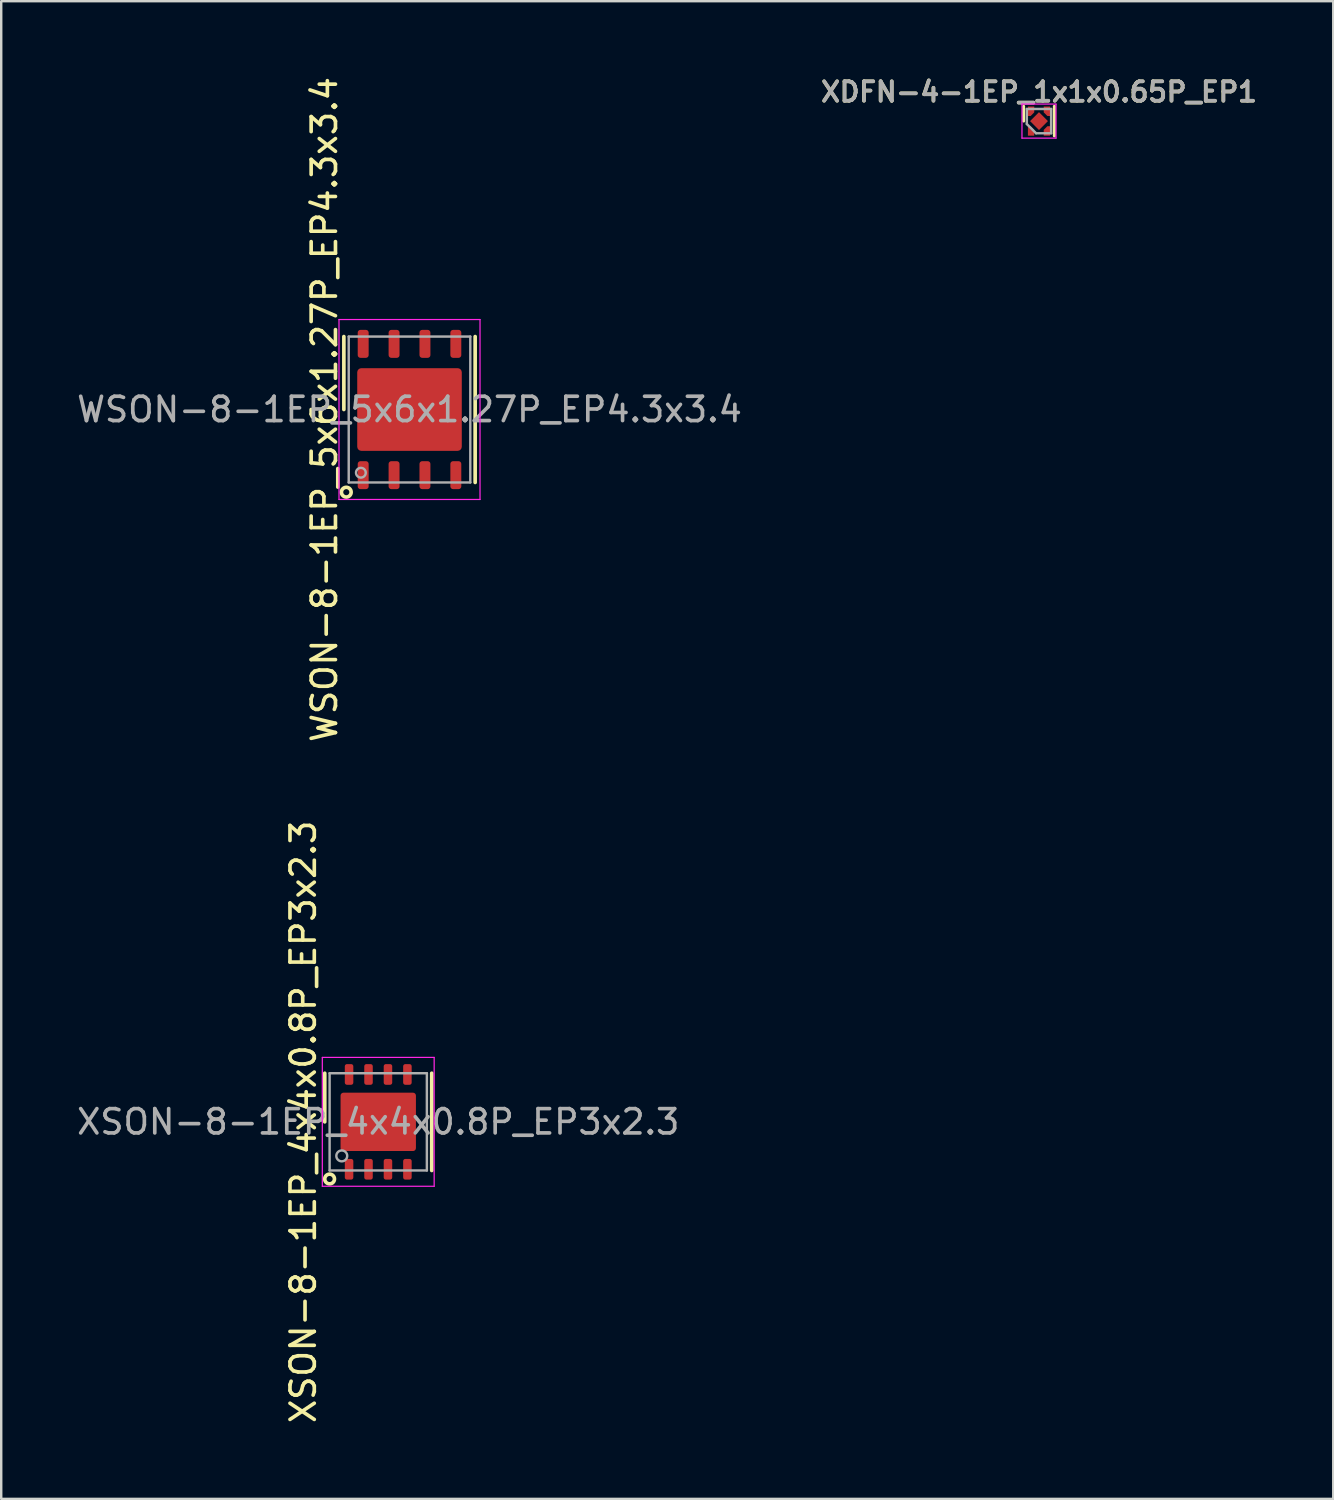
<source format=kicad_pcb>
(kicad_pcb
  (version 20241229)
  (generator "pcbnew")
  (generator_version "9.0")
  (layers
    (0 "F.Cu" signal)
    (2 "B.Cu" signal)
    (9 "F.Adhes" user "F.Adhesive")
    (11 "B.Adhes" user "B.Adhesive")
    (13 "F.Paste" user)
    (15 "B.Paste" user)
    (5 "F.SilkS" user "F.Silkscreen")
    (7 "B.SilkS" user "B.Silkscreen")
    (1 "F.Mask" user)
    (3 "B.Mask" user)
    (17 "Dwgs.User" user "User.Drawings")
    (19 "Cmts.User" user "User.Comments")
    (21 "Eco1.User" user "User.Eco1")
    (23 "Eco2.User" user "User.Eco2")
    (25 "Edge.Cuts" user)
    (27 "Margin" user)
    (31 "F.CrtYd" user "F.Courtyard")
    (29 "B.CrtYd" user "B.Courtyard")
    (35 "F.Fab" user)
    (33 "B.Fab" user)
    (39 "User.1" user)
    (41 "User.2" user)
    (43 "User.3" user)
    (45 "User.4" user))
  (footprint "XSON-8-1EP_4x4x0.8P_EP3x2.3"
    (layer "F.Cu")
    (at 12.506 43.089)
    (property "Reference" "XSON-8-1EP_4x4x0.8P_EP3x2.3" (at -2.5 0 90) (layer "F.SilkS") (effects (font (size 1 1) (thickness 0.15)) (justify bottom)))
    (attr smd)
    (fp_line (start -2.2 -2) (end -2.2 0) (stroke (width 0.15) (type solid)) (layer "F.SilkS"))
    (fp_line (start 2.2 -2) (end 2.2 2) (stroke (width 0.15) (type solid)) (layer "F.SilkS"))
    (fp_circle (center -2 2.35) (end -1.8 2.35) (stroke (width 0.15) (type solid)) (fill no) (layer "F.SilkS"))
    (fp_poly (pts (xy -0.3 -0.2) (xy -0.3 -0.8) (xy -1.3 -0.8) (xy -1.3 -0.2)) (stroke (width 0) (type solid)) (fill yes) (layer "F.Paste"))
    (fp_poly (pts (xy -0.3 0.8) (xy -0.3 0.2) (xy -1.3 0.2) (xy -1.3 0.8)) (stroke (width 0) (type solid)) (fill yes) (layer "F.Paste"))
    (fp_poly (pts (xy 1.3 -0.2) (xy 1.3 -0.8) (xy 0.3 -0.8) (xy 0.3 -0.2)) (stroke (width 0) (type solid)) (fill yes) (layer "F.Paste"))
    (fp_poly (pts (xy 1.3 0.8) (xy 1.3 0.2) (xy 0.3 0.2) (xy 0.3 0.8)) (stroke (width 0) (type solid)) (fill yes) (layer "F.Paste"))
    (fp_line (start -2.3 -2.65) (end -2.3 2.65) (stroke (width 0.05) (type solid)) (layer "F.CrtYd"))
    (fp_line (start -2.3 2.65) (end 2.3 2.65) (stroke (width 0.05) (type solid)) (layer "F.CrtYd"))
    (fp_line (start 2.3 -2.65) (end -2.3 -2.65) (stroke (width 0.05) (type solid)) (layer "F.CrtYd"))
    (fp_line (start 2.3 2.65) (end 2.3 -2.65) (stroke (width 0.05) (type solid)) (layer "F.CrtYd"))
    (fp_line (start -2 -2) (end 2 -2) (stroke (width 0.1) (type solid)) (layer "F.Fab"))
    (fp_line (start -2 2) (end -2 -2) (stroke (width 0.1) (type solid)) (layer "F.Fab"))
    (fp_line (start 2 -2) (end 2 2) (stroke (width 0.1) (type solid)) (layer "F.Fab"))
    (fp_line (start 2 2) (end -2 2) (stroke (width 0.1) (type solid)) (layer "F.Fab"))
    (fp_circle (center -1.5 1.4) (end -1.4 1.2) (stroke (width 0.1) (type solid)) (fill no) (layer "F.Fab"))
    (fp_text user "${REFERENCE}" (at 0 0 0) (layer "F.Fab") (effects (font (size 1 1) (thickness 0.15))))
    (pad "1" smd roundrect (at -1.2 1.95) (size 0.35 0.85) (layers "F.Cu" "F.Mask" "F.Paste") (roundrect_rratio 0.25))
    (pad "2" smd roundrect (at -0.4 1.95) (size 0.35 0.85) (layers "F.Cu" "F.Mask" "F.Paste") (roundrect_rratio 0.25))
    (pad "3" smd roundrect (at 0.4 1.95) (size 0.35 0.85) (layers "F.Cu" "F.Mask" "F.Paste") (roundrect_rratio 0.25))
    (pad "4" smd roundrect (at 1.2 1.95) (size 0.35 0.85) (layers "F.Cu" "F.Mask" "F.Paste") (roundrect_rratio 0.25))
    (pad "5" smd roundrect (at 1.2 -1.95) (size 0.35 0.85) (layers "F.Cu" "F.Mask" "F.Paste") (roundrect_rratio 0.25))
    (pad "6" smd roundrect (at 0.4 -1.95) (size 0.35 0.85) (layers "F.Cu" "F.Mask" "F.Paste") (roundrect_rratio 0.25))
    (pad "7" smd roundrect (at -0.4 -1.95) (size 0.35 0.85) (layers "F.Cu" "F.Mask" "F.Paste") (roundrect_rratio 0.25))
    (pad "8" smd roundrect (at -1.2 -1.95) (size 0.35 0.85) (layers "F.Cu" "F.Mask" "F.Paste") (roundrect_rratio 0.25))
    (pad "9" smd roundrect (at 0 0 90) (size 2.4 3.1) (layers "F.Cu" "F.Mask") (roundrect_rratio 0.05)))
  (footprint "WSON-8-1EP_5x6x1.27P_EP4.3x3.4"
    (layer "F.Cu")
    (at 13.792 13.792)
    (property "Reference" "WSON-8-1EP_5x6x1.27P_EP4.3x3.4" (at -3.5 0 270) (layer "F.SilkS") (effects (font (size 1 1) (thickness 0.15))))
    (attr smd)
    (fp_line (start -2.7 -3) (end -2.7 0) (stroke (width 0.15) (type solid)) (layer "F.SilkS"))
    (fp_line (start 2.7 -3) (end 2.7 3) (stroke (width 0.15) (type solid)) (layer "F.SilkS"))
    (fp_circle (center -2.6 3.4) (end -2.6 3.2) (stroke (width 0.15) (type solid)) (fill no) (layer "F.SilkS"))
    (fp_poly (pts (xy -0.3 -0.3) (xy -1.7 -0.3) (xy -1.7 -1.3) (xy -0.3 -1.3)) (stroke (width 0.1) (type solid)) (fill yes) (layer "F.Paste"))
    (fp_poly (pts (xy -0.3 1.3) (xy -1.7 1.3) (xy -1.7 0.3) (xy -0.3 0.3)) (stroke (width 0.1) (type solid)) (fill yes) (layer "F.Paste"))
    (fp_poly (pts (xy 1.7 -0.3) (xy 0.3 -0.3) (xy 0.3 -1.3) (xy 1.7 -1.3)) (stroke (width 0.1) (type solid)) (fill yes) (layer "F.Paste"))
    (fp_poly (pts (xy 1.7 1.3) (xy 0.3 1.3) (xy 0.3 0.3) (xy 1.7 0.3)) (stroke (width 0.1) (type solid)) (fill yes) (layer "F.Paste"))
    (fp_line (start -2.9 -3.7) (end 2.9 -3.7) (stroke (width 0.05) (type solid)) (layer "F.CrtYd"))
    (fp_line (start -2.9 3.7) (end -2.9 -3.7) (stroke (width 0.05) (type solid)) (layer "F.CrtYd"))
    (fp_line (start 2.9 -3.7) (end 2.9 3.7) (stroke (width 0.05) (type solid)) (layer "F.CrtYd"))
    (fp_line (start 2.9 3.7) (end -2.9 3.7) (stroke (width 0.05) (type solid)) (layer "F.CrtYd"))
    (fp_line (start -2.5 -3) (end 2.5 -3) (stroke (width 0.1) (type solid)) (layer "F.Fab"))
    (fp_line (start -2.5 3) (end -2.5 -3) (stroke (width 0.1) (type solid)) (layer "F.Fab"))
    (fp_line (start 2.5 -3) (end 2.5 3) (stroke (width 0.1) (type solid)) (layer "F.Fab"))
    (fp_line (start 2.5 3) (end -2.5 3) (stroke (width 0.1) (type solid)) (layer "F.Fab"))
    (fp_circle (center -2 2.6) (end -2 2.4) (stroke (width 0.1) (type solid)) (fill no) (layer "F.Fab"))
    (fp_text user "${REFERENCE}" (at 0 0 180) (layer "F.Fab") (effects (font (size 1 1) (thickness 0.15))))
    (pad "1" smd roundrect (at -1.905 2.7 90) (size 1.15 0.45) (layers "F.Cu" "F.Mask" "F.Paste") (roundrect_rratio 0.25))
    (pad "2" smd roundrect (at -0.635 2.7 90) (size 1.15 0.45) (layers "F.Cu" "F.Mask" "F.Paste") (roundrect_rratio 0.25))
    (pad "3" smd roundrect (at 0.635 2.7 90) (size 1.15 0.45) (layers "F.Cu" "F.Mask" "F.Paste") (roundrect_rratio 0.25))
    (pad "4" smd roundrect (at 1.905 2.7 90) (size 1.15 0.45) (layers "F.Cu" "F.Mask" "F.Paste") (roundrect_rratio 0.25))
    (pad "5" smd roundrect (at 1.905 -2.7 90) (size 1.15 0.45) (layers "F.Cu" "F.Mask" "F.Paste") (roundrect_rratio 0.25))
    (pad "6" smd roundrect (at 0.635 -2.7 90) (size 1.15 0.45) (layers "F.Cu" "F.Mask" "F.Paste") (roundrect_rratio 0.25))
    (pad "7" smd roundrect (at -0.635 -2.7 90) (size 1.15 0.45) (layers "F.Cu" "F.Mask" "F.Paste") (roundrect_rratio 0.25))
    (pad "8" smd roundrect (at -1.905 -2.7 90) (size 1.15 0.45) (layers "F.Cu" "F.Mask" "F.Paste") (roundrect_rratio 0.25))
    (pad "9" smd roundrect (at 0 0 90) (size 3.4 4.3) (layers "F.Cu" "F.Mask") (roundrect_rratio 0.05)))
  (footprint "XDFN-4-1EP_1x1x0.65P_EP1"
    (layer "F.Cu")
    (at 39.681 1.931)
    (property "Reference" "XDFN-4-1EP_1x1x0.65P_EP1" (at 0 -1.2 0) (layer "F.SilkS") (effects (font (size 0.8 0.8) (thickness 0.15))))
    (attr smd)
    (fp_line (start -0.63 -0.61) (end -0.63 0) (stroke (width 0.12) (type solid)) (layer "F.SilkS"))
    (fp_line (start 0.63 -0.61) (end 0.63 0.61) (stroke (width 0.12) (type solid)) (layer "F.SilkS"))
    (fp_line (start -0.7 -0.7) (end 0.7 -0.7) (stroke (width 0.05) (type solid)) (layer "F.CrtYd"))
    (fp_line (start -0.7 0.7) (end -0.7 -0.7) (stroke (width 0.05) (type solid)) (layer "F.CrtYd"))
    (fp_line (start 0.7 -0.7) (end 0.7 0.7) (stroke (width 0.05) (type solid)) (layer "F.CrtYd"))
    (fp_line (start 0.7 0.7) (end -0.7 0.7) (stroke (width 0.05) (type solid)) (layer "F.CrtYd"))
    (fp_line (start -0.5 -0.5) (end 0.5 -0.5) (stroke (width 0.1) (type solid)) (layer "F.Fab"))
    (fp_line (start -0.5 0.12) (end -0.5 -0.5) (stroke (width 0.1) (type solid)) (layer "F.Fab"))
    (fp_line (start -0.5 0.12) (end -0.12 0.5) (stroke (width 0.1) (type solid)) (layer "F.Fab"))
    (fp_line (start 0.5 -0.5) (end 0.5 0.5) (stroke (width 0.1) (type solid)) (layer "F.Fab"))
    (fp_line (start 0.5 0.5) (end -0.12 0.5) (stroke (width 0.1) (type solid)) (layer "F.Fab"))
    (fp_text user "${REFERENCE}" (at 0.005 -1.2 180) (layer "F.Fab") (effects (font (size 0.8 0.8) (thickness 0.15))))
    (pad "1" smd custom (at -0.325 0.48) (size 0.26 0.24) (layers "F.Cu" "F.Mask" "F.Paste") (options (anchor rect)) (primitives (gr_poly (pts (xy 0.13 -0.12) (xy 0.13 0.12) (xy -0.13 0.12) (xy -0.13 -0.27) (xy -0.02 -0.27)) (width 0) (fill yes))))
    (pad "2" smd custom (at 0.325 0.48) (size 0.26 0.24) (layers "F.Cu" "F.Mask" "F.Paste") (options (anchor rect)) (primitives (gr_poly (pts (xy 0.13 -0.27) (xy 0.13 0.12) (xy -0.13 0.12) (xy -0.13 -0.12) (xy 0.02 -0.27)) (width 0) (fill yes))))
    (pad "3" smd custom (at 0.325 -0.48) (size 0.26 0.24) (layers "F.Cu" "F.Mask" "F.Paste") (options (anchor rect)) (primitives (gr_poly (pts (xy 0.13 -0.12) (xy 0.13 0.27) (xy 0.02 0.27) (xy -0.13 0.12) (xy -0.13 -0.12)) (width 0) (fill yes))))
    (pad "4" smd custom (at -0.325 -0.48) (size 0.26 0.24) (layers "F.Cu" "F.Mask" "F.Paste") (options (anchor rect)) (primitives (gr_poly (pts (xy 0.13 0.12) (xy -0.02 0.27) (xy -0.13 0.27) (xy -0.13 -0.12) (xy 0.13 -0.12)) (width 0) (fill yes))))
    (pad "5" smd rect (at 0 0 135) (size 0.52 0.52) (layers "F.Cu" "F.Mask" "F.Paste")))
  (gr_rect
    (start -3 -3)
    (end 51.783 58.595)
    (stroke (width 0.1) (type default))
    (fill no)
    (layer "Edge.Cuts")))
</source>
